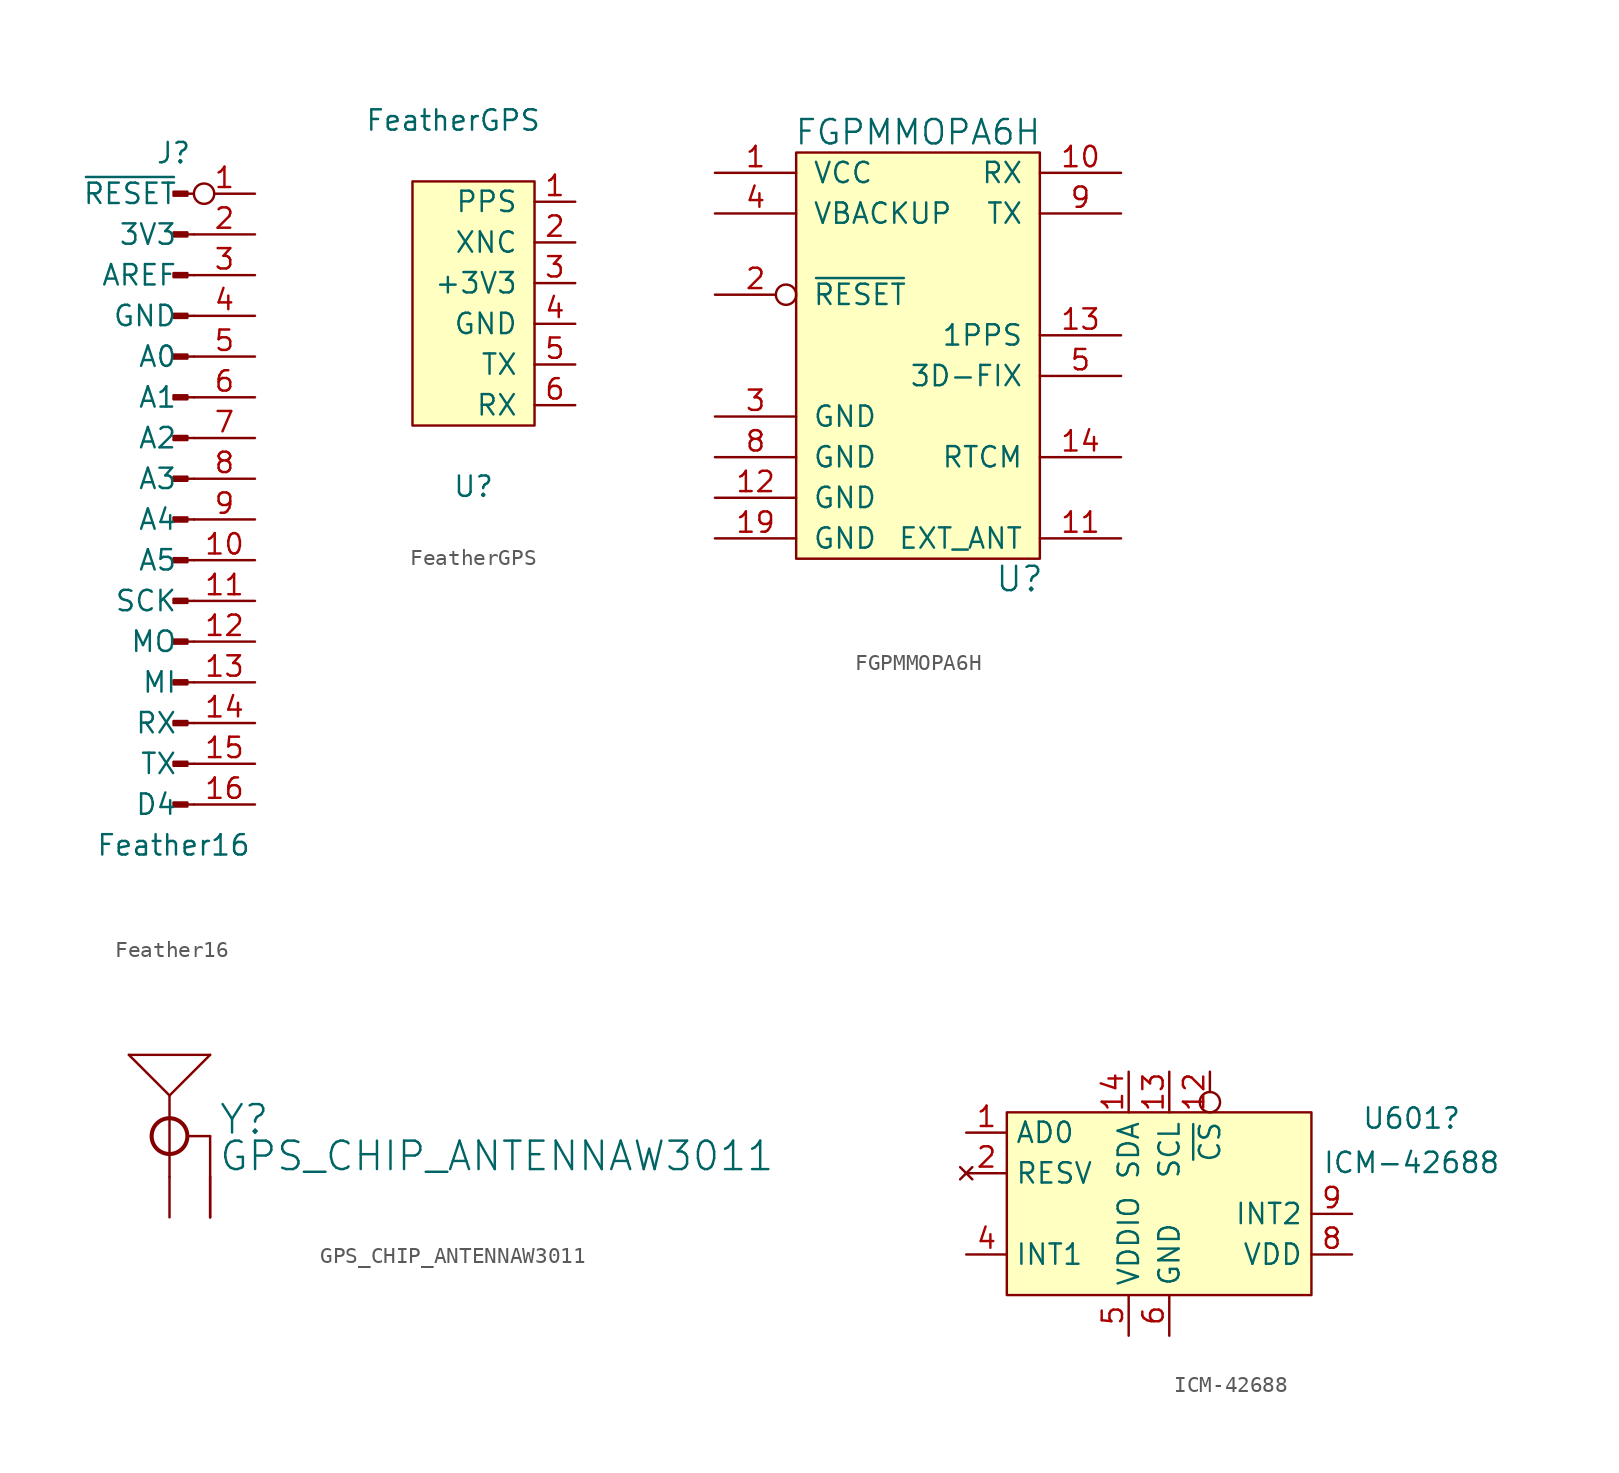
<source format=kicad_sym>
(kicad_symbol_lib
  (version 20211014)
  (generator kicad_symbol_editor)
  (symbol "Feather16"
    (pin_names
      (offset 1.016))
    (property "Reference" "J"
      (at 0 20.32 0)
      (effects (font (size 1.27 1.27))))
    (property "Value" "Feather16"
      (at 0 -22.86 0)
      (effects (font (size 1.27 1.27))))
    (symbol "Feather16_1_1"
      (polyline (pts (xy 1.27 -20.32) (xy 0.864 -20.32)) (stroke (width 0.152) (type default) (color 0 0 0 0)) (fill (type none)))
      (polyline (pts (xy 1.27 -17.78) (xy 0.864 -17.78)) (stroke (width 0.152) (type default) (color 0 0 0 0)) (fill (type none)))
      (polyline (pts (xy 1.27 -15.24) (xy 0.864 -15.24)) (stroke (width 0.152) (type default) (color 0 0 0 0)) (fill (type none)))
      (polyline (pts (xy 1.27 -12.7) (xy 0.864 -12.7)) (stroke (width 0.152) (type default) (color 0 0 0 0)) (fill (type none)))
      (polyline (pts (xy 1.27 -10.16) (xy 0.864 -10.16)) (stroke (width 0.152) (type default) (color 0 0 0 0)) (fill (type none)))
      (polyline (pts (xy 1.27 -7.62) (xy 0.864 -7.62)) (stroke (width 0.152) (type default) (color 0 0 0 0)) (fill (type none)))
      (polyline (pts (xy 1.27 -5.08) (xy 0.864 -5.08)) (stroke (width 0.152) (type default) (color 0 0 0 0)) (fill (type none)))
      (polyline (pts (xy 1.27 -2.54) (xy 0.864 -2.54)) (stroke (width 0.152) (type default) (color 0 0 0 0)) (fill (type none)))
      (polyline (pts (xy 1.27 0) (xy 0.864 0)) (stroke (width 0.152) (type default) (color 0 0 0 0)) (fill (type none)))
      (polyline (pts (xy 1.27 2.54) (xy 0.864 2.54)) (stroke (width 0.152) (type default) (color 0 0 0 0)) (fill (type none)))
      (polyline (pts (xy 1.27 5.08) (xy 0.864 5.08)) (stroke (width 0.152) (type default) (color 0 0 0 0)) (fill (type none)))
      (polyline (pts (xy 1.27 7.62) (xy 0.864 7.62)) (stroke (width 0.152) (type default) (color 0 0 0 0)) (fill (type none)))
      (polyline (pts (xy 1.27 10.16) (xy 0.864 10.16)) (stroke (width 0.152) (type default) (color 0 0 0 0)) (fill (type none)))
      (polyline (pts (xy 1.27 12.7) (xy 0.864 12.7)) (stroke (width 0.152) (type default) (color 0 0 0 0)) (fill (type none)))
      (polyline (pts (xy 1.27 15.24) (xy 0.864 15.24)) (stroke (width 0.152) (type default) (color 0 0 0 0)) (fill (type none)))
      (polyline (pts (xy 1.27 17.78) (xy 0.864 17.78)) (stroke (width 0.152) (type default) (color 0 0 0 0)) (fill (type none)))
      (rectangle (start 0.864 -20.193) (end 0 -20.447) (stroke (width 0.152) (type default) (color 0 0 0 0)) (fill (type outline)))
      (rectangle (start 0.864 -17.653) (end 0 -17.907) (stroke (width 0.152) (type default) (color 0 0 0 0)) (fill (type outline)))
      (rectangle (start 0.864 -15.113) (end 0 -15.367) (stroke (width 0.152) (type default) (color 0 0 0 0)) (fill (type outline)))
      (rectangle (start 0.864 -12.573) (end 0 -12.827) (stroke (width 0.152) (type default) (color 0 0 0 0)) (fill (type outline)))
      (rectangle (start 0.864 -10.033) (end 0 -10.287) (stroke (width 0.152) (type default) (color 0 0 0 0)) (fill (type outline)))
      (rectangle (start 0.864 -7.493) (end 0 -7.747) (stroke (width 0.152) (type default) (color 0 0 0 0)) (fill (type outline)))
      (rectangle (start 0.864 -4.953) (end 0 -5.207) (stroke (width 0.152) (type default) (color 0 0 0 0)) (fill (type outline)))
      (rectangle (start 0.864 -2.413) (end 0 -2.667) (stroke (width 0.152) (type default) (color 0 0 0 0)) (fill (type outline)))
      (rectangle (start 0.864 0.127) (end 0 -0.127) (stroke (width 0.152) (type default) (color 0 0 0 0)) (fill (type outline)))
      (rectangle (start 0.864 2.667) (end 0 2.413) (stroke (width 0.152) (type default) (color 0 0 0 0)) (fill (type outline)))
      (rectangle (start 0.864 5.207) (end 0 4.953) (stroke (width 0.152) (type default) (color 0 0 0 0)) (fill (type outline)))
      (rectangle (start 0.864 7.747) (end 0 7.493) (stroke (width 0.152) (type default) (color 0 0 0 0)) (fill (type outline)))
      (rectangle (start 0.864 10.287) (end 0 10.033) (stroke (width 0.152) (type default) (color 0 0 0 0)) (fill (type outline)))
      (rectangle (start 0.864 12.827) (end 0 12.573) (stroke (width 0.152) (type default) (color 0 0 0 0)) (fill (type outline)))
      (rectangle (start 0.864 15.367) (end 0 15.113) (stroke (width 0.152) (type default) (color 0 0 0 0)) (fill (type outline)))
      (rectangle (start 0.864 17.907) (end 0 17.653) (stroke (width 0.152) (type default) (color 0 0 0 0)) (fill (type outline)))
      (pin passive inverted (at 5.08 17.78 180) (length 3.81) (name "~{RESET}" (effects (font (size 1.27 1.27)))) (number "1" (effects (font (size 1.27 1.27)))))
      (pin passive line (at 5.08 -5.08 180) (length 3.81) (name "A5" (effects (font (size 1.27 1.27)))) (number "10" (effects (font (size 1.27 1.27)))))
      (pin passive line (at 5.08 -7.62 180) (length 3.81) (name "SCK" (effects (font (size 1.27 1.27)))) (number "11" (effects (font (size 1.27 1.27)))))
      (pin passive line (at 5.08 -10.16 180) (length 3.81) (name "MO" (effects (font (size 1.27 1.27)))) (number "12" (effects (font (size 1.27 1.27)))))
      (pin passive line (at 5.08 -12.7 180) (length 3.81) (name "MI" (effects (font (size 1.27 1.27)))) (number "13" (effects (font (size 1.27 1.27)))))
      (pin passive line (at 5.08 -15.24 180) (length 3.81) (name "RX" (effects (font (size 1.27 1.27)))) (number "14" (effects (font (size 1.27 1.27)))))
      (pin passive line (at 5.08 -17.78 180) (length 3.81) (name "TX" (effects (font (size 1.27 1.27)))) (number "15" (effects (font (size 1.27 1.27)))))
      (pin passive line (at 5.08 -20.32 180) (length 3.81) (name "D4" (effects (font (size 1.27 1.27)))) (number "16" (effects (font (size 1.27 1.27)))))
      (pin passive line (at 5.08 15.24 180) (length 3.81) (name "3V3" (effects (font (size 1.27 1.27)))) (number "2" (effects (font (size 1.27 1.27)))))
      (pin passive line (at 5.08 12.7 180) (length 3.81) (name "AREF" (effects (font (size 1.27 1.27)))) (number "3" (effects (font (size 1.27 1.27)))))
      (pin passive line (at 5.08 10.16 180) (length 3.81) (name "GND" (effects (font (size 1.27 1.27)))) (number "4" (effects (font (size 1.27 1.27)))))
      (pin passive line (at 5.08 7.62 180) (length 3.81) (name "A0" (effects (font (size 1.27 1.27)))) (number "5" (effects (font (size 1.27 1.27)))))
      (pin passive line (at 5.08 5.08 180) (length 3.81) (name "A1" (effects (font (size 1.27 1.27)))) (number "6" (effects (font (size 1.27 1.27)))))
      (pin passive line (at 5.08 2.54 180) (length 3.81) (name "A2" (effects (font (size 1.27 1.27)))) (number "7" (effects (font (size 1.27 1.27)))))
      (pin passive line (at 5.08 0 180) (length 3.81) (name "A3" (effects (font (size 1.27 1.27)))) (number "8" (effects (font (size 1.27 1.27)))))
      (pin passive line (at 5.08 -2.54 180) (length 3.81) (name "A4" (effects (font (size 1.27 1.27)))) (number "9" (effects (font (size 1.27 1.27)))))))
  (symbol "FeatherGPS"
    (pin_names
      (offset 1.016))
    (property "Reference" "U"
      (at -6.35 -17.78 0)
      (effects (font (size 1.27 1.27))))
    (property "Value" "FeatherGPS"
      (at -7.62 5.08 0)
      (effects (font (size 1.27 1.27))))
    (symbol "FeatherGPS_0_1"
      (rectangle (start -2.54 1.27) (end -10.16 -13.97) (stroke (width 0) (type default) (color 0 0 0 0)) (fill (type background))))
    (symbol "FeatherGPS_1_1"
      (pin output line (at 0 0 180) (length 2.54) (name "PPS" (effects (font (size 1.27 1.27)))) (number "1" (effects (font (size 1.27 1.27)))))
      (pin unspecified line (at 0 -2.54 180) (length 2.54) (name "XNC" (effects (font (size 1.27 1.27)))) (number "2" (effects (font (size 1.27 1.27)))))
      (pin power_in line (at 0 -5.08 180) (length 2.54) (name "+3V3" (effects (font (size 1.27 1.27)))) (number "3" (effects (font (size 1.27 1.27)))))
      (pin power_in line (at 0 -7.62 180) (length 2.54) (name "GND" (effects (font (size 1.27 1.27)))) (number "4" (effects (font (size 1.27 1.27)))))
      (pin output line (at 0 -10.16 180) (length 2.54) (name "TX" (effects (font (size 1.27 1.27)))) (number "5" (effects (font (size 1.27 1.27)))))
      (pin input line (at 0 -12.7 180) (length 2.54) (name "RX" (effects (font (size 1.27 1.27)))) (number "6" (effects (font (size 1.27 1.27)))))))
  (symbol "FGPMMOPA6H"
    (pin_names
      (offset 1.016))
    (property "Reference" "U"
      (at 6.35 -15.24 0)
      (effects (font (size 1.524 1.524))))
    (property "Value" "FGPMMOPA6H"
      (at 0 12.7 0)
      (effects (font (size 1.524 1.524))))
    (symbol "FGPMMOPA6H_0_1"
      (rectangle (start -7.62 11.43) (end 7.62 -13.97) (stroke (width 0) (type default) (color 0 0 0 0)) (fill (type background))))
    (symbol "FGPMMOPA6H_1_1"
      (pin power_in line (at -12.7 10.16 0) (length 5.08) (name "VCC" (effects (font (size 1.27 1.27)))) (number "1" (effects (font (size 1.27 1.27)))))
      (pin input line (at 12.7 10.16 180) (length 5.08) (name "RX" (effects (font (size 1.27 1.27)))) (number "10" (effects (font (size 1.27 1.27)))))
      (pin passive line (at 12.7 -12.7 180) (length 5.08) (name "EXT_ANT" (effects (font (size 1.27 1.27)))) (number "11" (effects (font (size 1.27 1.27)))))
      (pin power_in line (at -12.7 -10.16 0) (length 5.08) (name "GND" (effects (font (size 1.27 1.27)))) (number "12" (effects (font (size 1.27 1.27)))))
      (pin output line (at 12.7 0 180) (length 5.08) (name "1PPS" (effects (font (size 1.27 1.27)))) (number "13" (effects (font (size 1.27 1.27)))))
      (pin input line (at 12.7 -7.62 180) (length 5.08) (name "RTCM" (effects (font (size 1.27 1.27)))) (number "14" (effects (font (size 1.27 1.27)))))
      (pin input line (at -12.7 -12.7 0) (length 5.08) (name "GND" (effects (font (size 1.27 1.27)))) (number "19" (effects (font (size 1.27 1.27)))))
      (pin input inverted (at -12.7 2.54 0) (length 5.08) (name "~{RESET}" (effects (font (size 1.27 1.27)))) (number "2" (effects (font (size 1.27 1.27)))))
      (pin power_in line (at -12.7 -5.08 0) (length 5.08) (name "GND" (effects (font (size 1.27 1.27)))) (number "3" (effects (font (size 1.27 1.27)))))
      (pin power_in line (at -12.7 7.62 0) (length 5.08) (name "VBACKUP" (effects (font (size 1.27 1.27)))) (number "4" (effects (font (size 1.27 1.27)))))
      (pin output line (at 12.7 -2.54 180) (length 5.08) (name "3D-FIX" (effects (font (size 1.27 1.27)))) (number "5" (effects (font (size 1.27 1.27)))))
      (pin input line (at -12.7 -7.62 0) (length 5.08) (name "GND" (effects (font (size 1.27 1.27)))) (number "8" (effects (font (size 1.27 1.27)))))
      (pin output line (at 12.7 7.62 180) (length 5.08) (name "TX" (effects (font (size 1.27 1.27)))) (number "9" (effects (font (size 1.27 1.27)))))))
  (symbol "GPS_CHIP_ANTENNAW3011"
    (pin_names
      (offset 1.016))
    (property "Reference" "Y"
      (at 3.048 -5.08 0)
      (effects (font (size 1.778 1.778)) (justify left bottom)))
    (property "Value" "GPS_CHIP_ANTENNAW3011"
      (at 3.048 -7.366 0)
      (effects (font (size 1.778 1.778)) (justify left bottom)))
    (property "ki_locked" ""
      (at 0 0 0)
      (effects (font (size 1.27 1.27))))
    (symbol "GPS_CHIP_ANTENNAW3011_1_0"
      (circle (center 0 -5.08) (radius 1.118) (stroke (width 0.254) (type default) (color 0 0 0 0)) (fill (type none)))
      (polyline (pts (xy -2.54 0) (xy 2.54 0)) (stroke (width 0) (type default) (color 0 0 0 0)) (fill (type none)))
      (polyline (pts (xy 0 -2.54) (xy -2.54 0)) (stroke (width 0) (type default) (color 0 0 0 0)) (fill (type none)))
      (polyline (pts (xy 0 -2.54) (xy 0 -7.62)) (stroke (width 0) (type default) (color 0 0 0 0)) (fill (type none)))
      (polyline (pts (xy 0 -2.54) (xy 2.54 0)) (stroke (width 0) (type default) (color 0 0 0 0)) (fill (type none)))
      (polyline (pts (xy 1.27 -5.08) (xy 2.54 -5.08)) (stroke (width 0) (type default) (color 0 0 0 0)) (fill (type none)))
      (polyline (pts (xy 2.54 -5.08) (xy 2.54 -7.62)) (stroke (width 0) (type default) (color 0 0 0 0)) (fill (type none)))
      (pin bidirectional line (at 0 -10.16 90) (length 2.54) (name "SIGNAL" (effects (font (size 0 0)))) (number "1" (effects (font (size 0 0)))))
      (pin bidirectional line (at 2.54 -10.16 90) (length 2.54) (name "GND" (effects (font (size 0 0)))) (number "2" (effects (font (size 0 0)))))
      (pin bidirectional line (at 2.54 -10.16 90) (length 2.54) (name "GND" (effects (font (size 0 0)))) (number "3" (effects (font (size 0 0)))))))
  (symbol "ICM-42688"
    (property "Reference" "U601"
      (at 15.154 7.243 0)
      (effects (font (size 1.27 1.27))))
    (property "Value" "ICM-42688"
      (at 15.154 4.468 0)
      (effects (font (size 1.27 1.27))))
    (symbol "ICM-42688_0_1"
      (rectangle (start -10.16 7.62) (end 8.89 -3.81) (stroke (width 0.152) (type default) (color 0 0 0 0)) (fill (type background))))
    (symbol "ICM-42688_1_1"
      (pin bidirectional line (at -12.7 6.35 0) (length 2.54) (name "AD0" (effects (font (size 1.27 1.27)))) (number "1" (effects (font (size 1.27 1.27)))) (alternate "SDO" bidirectional line))
      (pin no_connect line (at -12.7 3.81 0) (length 2.54) hide (name "RESV" (effects (font (size 1.27 1.27)))) (number "10" (effects (font (size 1.27 1.27)))))
      (pin no_connect line (at -12.7 3.81 0) (length 2.54) hide (name "RESV" (effects (font (size 1.27 1.27)))) (number "11" (effects (font (size 1.27 1.27)))))
      (pin input inverted (at 2.54 10.16 270) (length 2.54) (name "~{CS}" (effects (font (size 1.27 1.27)))) (number "12" (effects (font (size 1.27 1.27)))))
      (pin input line (at 0 10.16 270) (length 2.54) (name "SCL" (effects (font (size 1.27 1.27)))) (number "13" (effects (font (size 1.27 1.27)))) (alternate "SCK" input line))
      (pin bidirectional line (at -2.54 10.16 270) (length 2.54) (name "SDA" (effects (font (size 1.27 1.27)))) (number "14" (effects (font (size 1.27 1.27)))) (alternate "SDI" input line) (alternate "SDIO" bidirectional line))
      (pin no_connect line (at -12.7 3.81 0) (length 2.54) (name "RESV" (effects (font (size 1.27 1.27)))) (number "2" (effects (font (size 1.27 1.27)))))
      (pin no_connect line (at -12.7 3.81 0) (length 2.54) hide (name "RESV" (effects (font (size 1.27 1.27)))) (number "3" (effects (font (size 1.27 1.27)))))
      (pin output line (at -12.7 -1.27 0) (length 2.54) (name "INT1" (effects (font (size 1.27 1.27)))) (number "4" (effects (font (size 1.27 1.27)))))
      (pin power_in line (at -2.54 -6.35 90) (length 2.54) (name "VDDIO" (effects (font (size 1.27 1.27)))) (number "5" (effects (font (size 1.27 1.27)))))
      (pin passive line (at 0 -6.35 90) (length 2.54) (name "GND" (effects (font (size 1.27 1.27)))) (number "6" (effects (font (size 1.27 1.27)))))
      (pin no_connect line (at -12.7 3.81 0) (length 2.54) hide (name "RESV" (effects (font (size 1.27 1.27)))) (number "7" (effects (font (size 1.27 1.27)))))
      (pin power_in line (at 11.43 -1.27 180) (length 2.54) (name "VDD" (effects (font (size 1.27 1.27)))) (number "8" (effects (font (size 1.27 1.27)))))
      (pin input line (at 11.43 1.27 180) (length 2.54) (name "INT2" (effects (font (size 1.27 1.27)))) (number "9" (effects (font (size 1.27 1.27)))) (alternate "CLKIN" input line) (alternate "FSYNC" input line)))))
</source>
